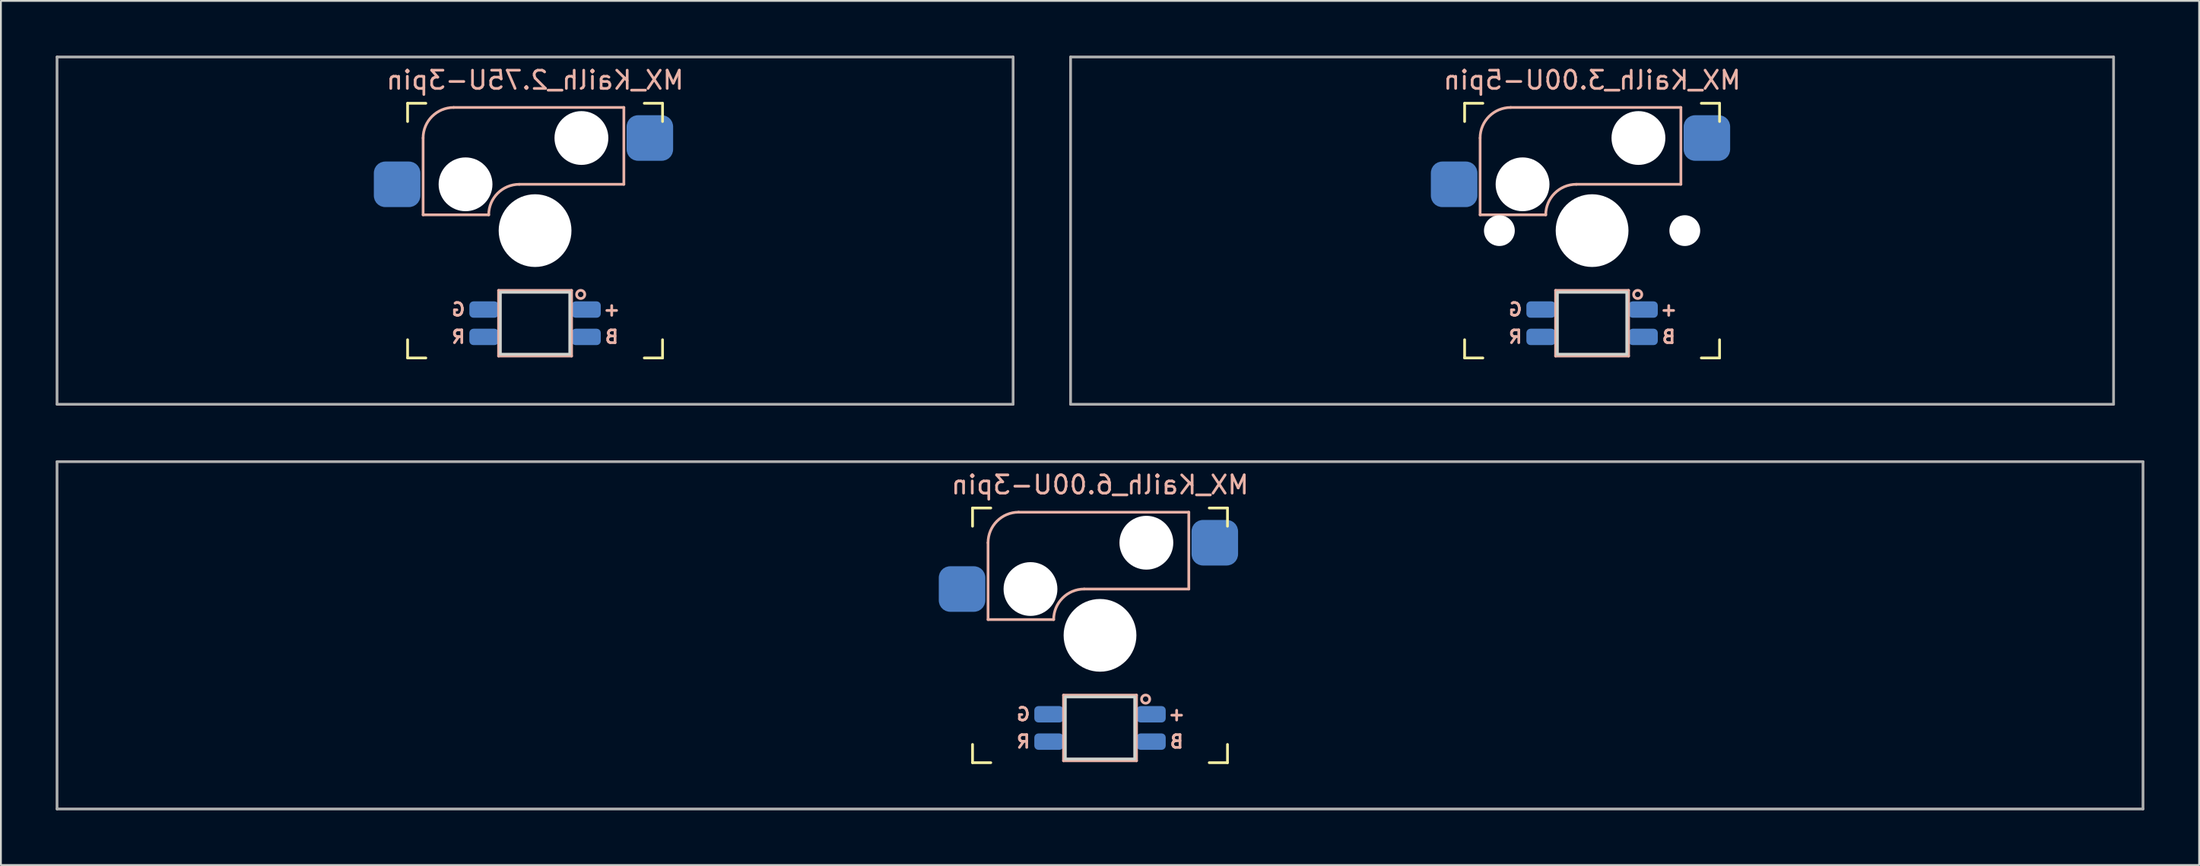
<source format=kicad_pcb>
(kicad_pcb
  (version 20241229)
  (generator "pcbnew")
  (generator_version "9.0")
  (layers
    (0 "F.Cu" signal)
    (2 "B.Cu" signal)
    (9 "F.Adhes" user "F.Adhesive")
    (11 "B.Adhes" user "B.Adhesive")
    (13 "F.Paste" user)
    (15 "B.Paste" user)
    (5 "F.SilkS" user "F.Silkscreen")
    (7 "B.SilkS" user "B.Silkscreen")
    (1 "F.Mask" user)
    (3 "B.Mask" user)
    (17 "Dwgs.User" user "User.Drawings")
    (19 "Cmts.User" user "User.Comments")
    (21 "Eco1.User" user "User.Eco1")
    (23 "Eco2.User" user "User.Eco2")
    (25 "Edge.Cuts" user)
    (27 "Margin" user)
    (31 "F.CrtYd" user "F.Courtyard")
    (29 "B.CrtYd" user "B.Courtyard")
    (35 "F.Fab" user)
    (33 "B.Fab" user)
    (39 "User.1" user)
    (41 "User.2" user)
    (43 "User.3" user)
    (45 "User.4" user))
  (footprint "MX_Kailh_6.00U-3pin"
    (layer "F.Cu")
    (at 57.225 31.8)
    (property "Reference" "MX_Kailh_6.00U-3pin" (at 0 -8.255 0) (layer "B.SilkS") (effects (font (size 1 1) (thickness 0.15)) (justify mirror)))
    (attr smd)
    (fp_line (start -6.985 -5.985) (end -6.985 -6.985) (stroke (width 0.15) (type solid)) (layer "F.SilkS"))
    (fp_line (start -6.985 6.985) (end -6.985 5.985) (stroke (width 0.15) (type solid)) (layer "F.SilkS"))
    (fp_line (start -6.985 6.985) (end -5.985 6.985) (stroke (width 0.15) (type solid)) (layer "F.SilkS"))
    (fp_line (start -5.985 -6.985) (end -6.985 -6.985) (stroke (width 0.15) (type solid)) (layer "F.SilkS"))
    (fp_line (start 5.985 6.985) (end 6.985 6.985) (stroke (width 0.15) (type solid)) (layer "F.SilkS"))
    (fp_line (start 6.985 -6.985) (end 5.985 -6.985) (stroke (width 0.15) (type solid)) (layer "F.SilkS"))
    (fp_line (start 6.985 -6.985) (end 6.985 -5.985) (stroke (width 0.15) (type solid)) (layer "F.SilkS"))
    (fp_line (start 6.985 5.985) (end 6.985 6.985) (stroke (width 0.15) (type solid)) (layer "F.SilkS"))
    (fp_line (start -6.135 -5.08) (end -6.135 -0.865) (stroke (width 0.15) (type solid)) (layer "B.SilkS"))
    (fp_line (start -6.135 -0.865) (end -2.54 -0.865) (stroke (width 0.15) (type solid)) (layer "B.SilkS"))
    (fp_line (start -4.46 -6.755) (end 4.865 -6.755) (stroke (width 0.15) (type solid)) (layer "B.SilkS"))
    (fp_line (start -2 3.28) (end -2 6.88) (stroke (width 0.15) (type solid)) (layer "B.SilkS"))
    (fp_line (start -2 6.88) (end 2 6.88) (stroke (width 0.15) (type solid)) (layer "B.SilkS"))
    (fp_line (start -0.865 -2.54) (end 4.865 -2.54) (stroke (width 0.15) (type solid)) (layer "B.SilkS"))
    (fp_line (start 2 3.28) (end -2 3.28) (stroke (width 0.15) (type solid)) (layer "B.SilkS"))
    (fp_line (start 2 6.88) (end 2 3.28) (stroke (width 0.15) (type solid)) (layer "B.SilkS"))
    (fp_line (start 4.865 -6.755) (end 4.865 -2.54) (stroke (width 0.15) (type solid)) (layer "B.SilkS"))
    (fp_arc (start -6.135 -5.08) (mid -5.644404 -6.264404) (end -4.46 -6.755) (stroke (width 0.15) (type solid)) (layer "B.SilkS"))
    (fp_arc (start -2.54 -0.865) (mid -2.049404 -2.049404) (end -0.865 -2.54) (stroke (width 0.15) (type solid)) (layer "B.SilkS"))
    (fp_circle (center 2.5 3.5) (end 2.724 3.5) (stroke (width 0.15) (type solid)) (fill no) (layer "B.SilkS"))
    (fp_line (start -6.985 6.985) (end -6.985 -6.985) (stroke (width 0.15) (type solid)) (layer "Eco2.User"))
    (fp_line (start -6.985 6.985) (end 6.985 6.985) (stroke (width 0.15) (type solid)) (layer "Eco2.User"))
    (fp_line (start 6.985 -6.985) (end -6.985 -6.985) (stroke (width 0.15) (type solid)) (layer "Eco2.User"))
    (fp_line (start 6.985 -6.985) (end 6.985 6.985) (stroke (width 0.15) (type solid)) (layer "Eco2.User"))
    (fp_line (start -1.9 3.38) (end -1.9 6.78) (stroke (width 0.15) (type solid)) (layer "Edge.Cuts"))
    (fp_line (start -1.9 3.38) (end 1.9 3.38) (stroke (width 0.15) (type solid)) (layer "Edge.Cuts"))
    (fp_line (start -1.9 6.78) (end 1.9 6.78) (stroke (width 0.15) (type solid)) (layer "Edge.Cuts"))
    (fp_line (start 1.9 3.38) (end 1.9 6.78) (stroke (width 0.15) (type solid)) (layer "Edge.Cuts"))
    (fp_line (start -57.15 -9.525) (end 57.15 -9.525) (stroke (width 0.15) (type solid)) (layer "F.Fab"))
    (fp_line (start -57.15 9.525) (end -57.15 -9.525) (stroke (width 0.15) (type solid)) (layer "F.Fab"))
    (fp_line (start 57.15 -9.525) (end 57.15 9.525) (stroke (width 0.15) (type solid)) (layer "F.Fab"))
    (fp_line (start 57.15 9.525) (end -57.15 9.525) (stroke (width 0.15) (type solid)) (layer "F.Fab"))
    (fp_text user "+" (at 4.2 4.33 0) (layer "B.SilkS") (effects (font (size 0.7 0.7) (thickness 0.15)) (justify mirror)))
    (fp_text user "B" (at 4.2 5.83 0) (layer "B.SilkS") (effects (font (size 0.7 0.7) (thickness 0.15)) (justify mirror)))
    (fp_text user "R" (at -4.2 5.83 0) (layer "B.SilkS") (effects (font (size 0.7 0.7) (thickness 0.15)) (justify mirror)))
    (fp_text user "G" (at -4.2 4.33 0) (layer "B.SilkS") (effects (font (size 0.7 0.7) (thickness 0.15)) (justify mirror)))
    (pad "" np_thru_hole circle (at -3.81 -2.54) (size 2.95 2.95) (drill 2.95) (layers "*.Cu" "*.Mask"))
    (pad "" np_thru_hole circle (at 0 0) (size 3.988 3.988) (drill 3.988) (layers "*.Cu" "*.Mask"))
    (pad "" np_thru_hole circle (at 2.54 -5.08) (size 2.95 2.95) (drill 2.95) (layers "*.Cu" "*.Mask"))
    (pad "1" smd roundrect (at 6.29 -5.08) (size 2.55 2.5) (layers "B.Cu" "B.Mask" "B.Paste") (roundrect_rratio 0.25))
    (pad "2" smd roundrect (at -7.56 -2.54) (size 2.55 2.5) (layers "B.Cu" "B.Mask" "B.Paste") (roundrect_rratio 0.25))
    (pad "3" smd roundrect (at 2.8 4.33) (size 1.6 0.9) (layers "B.Cu" "B.Mask" "B.Paste") (roundrect_rratio 0.25))
    (pad "4" smd roundrect (at -2.8 5.83) (size 1.6 0.9) (layers "B.Cu" "B.Mask" "B.Paste") (roundrect_rratio 0.25))
    (pad "5" smd roundrect (at -2.8 4.33) (size 1.6 0.9) (layers "B.Cu" "B.Mask" "B.Paste") (roundrect_rratio 0.25))
    (pad "6" smd roundrect (at 2.8 5.83) (size 1.6 0.9) (layers "B.Cu" "B.Mask" "B.Paste") (roundrect_rratio 0.25)))
  (footprint "MX_Kailh_3.00U-5pin"
    (layer "F.Cu")
    (at 84.188 9.6)
    (property "Reference" "MX_Kailh_3.00U-5pin" (at 0 -8.255 0) (layer "B.SilkS") (effects (font (size 1 1) (thickness 0.15)) (justify mirror)))
    (attr smd)
    (fp_line (start -6.985 -5.985) (end -6.985 -6.985) (stroke (width 0.15) (type solid)) (layer "F.SilkS"))
    (fp_line (start -6.985 6.985) (end -6.985 5.985) (stroke (width 0.15) (type solid)) (layer "F.SilkS"))
    (fp_line (start -6.985 6.985) (end -5.985 6.985) (stroke (width 0.15) (type solid)) (layer "F.SilkS"))
    (fp_line (start -5.985 -6.985) (end -6.985 -6.985) (stroke (width 0.15) (type solid)) (layer "F.SilkS"))
    (fp_line (start 5.985 6.985) (end 6.985 6.985) (stroke (width 0.15) (type solid)) (layer "F.SilkS"))
    (fp_line (start 6.985 -6.985) (end 5.985 -6.985) (stroke (width 0.15) (type solid)) (layer "F.SilkS"))
    (fp_line (start 6.985 -6.985) (end 6.985 -5.985) (stroke (width 0.15) (type solid)) (layer "F.SilkS"))
    (fp_line (start 6.985 5.985) (end 6.985 6.985) (stroke (width 0.15) (type solid)) (layer "F.SilkS"))
    (fp_line (start -6.135 -5.08) (end -6.135 -0.865) (stroke (width 0.15) (type solid)) (layer "B.SilkS"))
    (fp_line (start -6.135 -0.865) (end -2.54 -0.865) (stroke (width 0.15) (type solid)) (layer "B.SilkS"))
    (fp_line (start -4.46 -6.755) (end 4.865 -6.755) (stroke (width 0.15) (type solid)) (layer "B.SilkS"))
    (fp_line (start -2 3.28) (end -2 6.88) (stroke (width 0.15) (type solid)) (layer "B.SilkS"))
    (fp_line (start -2 6.88) (end 2 6.88) (stroke (width 0.15) (type solid)) (layer "B.SilkS"))
    (fp_line (start -0.865 -2.54) (end 4.865 -2.54) (stroke (width 0.15) (type solid)) (layer "B.SilkS"))
    (fp_line (start 2 3.28) (end -2 3.28) (stroke (width 0.15) (type solid)) (layer "B.SilkS"))
    (fp_line (start 2 6.88) (end 2 3.28) (stroke (width 0.15) (type solid)) (layer "B.SilkS"))
    (fp_line (start 4.865 -6.755) (end 4.865 -2.54) (stroke (width 0.15) (type solid)) (layer "B.SilkS"))
    (fp_arc (start -6.135 -5.08) (mid -5.644404 -6.264404) (end -4.46 -6.755) (stroke (width 0.15) (type solid)) (layer "B.SilkS"))
    (fp_arc (start -2.54 -0.865) (mid -2.049404 -2.049404) (end -0.865 -2.54) (stroke (width 0.15) (type solid)) (layer "B.SilkS"))
    (fp_circle (center 2.5 3.5) (end 2.724 3.5) (stroke (width 0.15) (type solid)) (fill no) (layer "B.SilkS"))
    (fp_line (start -6.985 6.985) (end -6.985 -6.985) (stroke (width 0.15) (type solid)) (layer "Eco2.User"))
    (fp_line (start -6.985 6.985) (end 6.985 6.985) (stroke (width 0.15) (type solid)) (layer "Eco2.User"))
    (fp_line (start 6.985 -6.985) (end -6.985 -6.985) (stroke (width 0.15) (type solid)) (layer "Eco2.User"))
    (fp_line (start 6.985 -6.985) (end 6.985 6.985) (stroke (width 0.15) (type solid)) (layer "Eco2.User"))
    (fp_line (start -1.9 3.38) (end -1.9 6.78) (stroke (width 0.15) (type solid)) (layer "Edge.Cuts"))
    (fp_line (start -1.9 3.38) (end 1.9 3.38) (stroke (width 0.15) (type solid)) (layer "Edge.Cuts"))
    (fp_line (start -1.9 6.78) (end 1.9 6.78) (stroke (width 0.15) (type solid)) (layer "Edge.Cuts"))
    (fp_line (start 1.9 3.38) (end 1.9 6.78) (stroke (width 0.15) (type solid)) (layer "Edge.Cuts"))
    (fp_line (start -28.575 -9.525) (end 28.575 -9.525) (stroke (width 0.15) (type solid)) (layer "F.Fab"))
    (fp_line (start -28.575 9.525) (end -28.575 -9.525) (stroke (width 0.15) (type solid)) (layer "F.Fab"))
    (fp_line (start 28.575 -9.525) (end 28.575 9.525) (stroke (width 0.15) (type solid)) (layer "F.Fab"))
    (fp_line (start 28.575 9.525) (end -28.575 9.525) (stroke (width 0.15) (type solid)) (layer "F.Fab"))
    (fp_text user "G" (at -4.2 4.33 0) (layer "B.SilkS") (effects (font (size 0.7 0.7) (thickness 0.15)) (justify mirror)))
    (fp_text user "B" (at 4.2 5.83 0) (layer "B.SilkS") (effects (font (size 0.7 0.7) (thickness 0.15)) (justify mirror)))
    (fp_text user "+" (at 4.2 4.33 0) (layer "B.SilkS") (effects (font (size 0.7 0.7) (thickness 0.15)) (justify mirror)))
    (fp_text user "R" (at -4.2 5.83 0) (layer "B.SilkS") (effects (font (size 0.7 0.7) (thickness 0.15)) (justify mirror)))
    (pad "" np_thru_hole circle (at -5.08 0) (size 1.688 1.688) (drill 1.688) (layers "*.Cu" "*.Mask"))
    (pad "" np_thru_hole circle (at -3.81 -2.54) (size 2.95 2.95) (drill 2.95) (layers "*.Cu" "*.Mask"))
    (pad "" np_thru_hole circle (at 0 0) (size 3.988 3.988) (drill 3.988) (layers "*.Cu" "*.Mask"))
    (pad "" np_thru_hole circle (at 2.54 -5.08) (size 2.95 2.95) (drill 2.95) (layers "*.Cu" "*.Mask"))
    (pad "" np_thru_hole circle (at 5.08 0) (size 1.688 1.688) (drill 1.688) (layers "*.Cu" "*.Mask"))
    (pad "1" smd roundrect (at 6.29 -5.08) (size 2.55 2.5) (layers "B.Cu" "B.Mask" "B.Paste") (roundrect_rratio 0.25))
    (pad "2" smd roundrect (at -7.56 -2.54) (size 2.55 2.5) (layers "B.Cu" "B.Mask" "B.Paste") (roundrect_rratio 0.25))
    (pad "3" smd roundrect (at 2.8 4.33) (size 1.6 0.9) (layers "B.Cu" "B.Mask" "B.Paste") (roundrect_rratio 0.25))
    (pad "4" smd roundrect (at -2.8 5.83) (size 1.6 0.9) (layers "B.Cu" "B.Mask" "B.Paste") (roundrect_rratio 0.25))
    (pad "5" smd roundrect (at -2.8 4.33) (size 1.6 0.9) (layers "B.Cu" "B.Mask" "B.Paste") (roundrect_rratio 0.25))
    (pad "6" smd roundrect (at 2.8 5.83) (size 1.6 0.9) (layers "B.Cu" "B.Mask" "B.Paste") (roundrect_rratio 0.25)))
  (footprint "MX_Kailh_2.75U-3pin"
    (layer "F.Cu")
    (at 26.269 9.6)
    (property "Reference" "MX_Kailh_2.75U-3pin" (at 0 -8.255 0) (layer "B.SilkS") (effects (font (size 1 1) (thickness 0.15)) (justify mirror)))
    (attr smd)
    (fp_line (start -6.985 -5.985) (end -6.985 -6.985) (stroke (width 0.15) (type solid)) (layer "F.SilkS"))
    (fp_line (start -6.985 6.985) (end -6.985 5.985) (stroke (width 0.15) (type solid)) (layer "F.SilkS"))
    (fp_line (start -6.985 6.985) (end -5.985 6.985) (stroke (width 0.15) (type solid)) (layer "F.SilkS"))
    (fp_line (start -5.985 -6.985) (end -6.985 -6.985) (stroke (width 0.15) (type solid)) (layer "F.SilkS"))
    (fp_line (start 5.985 6.985) (end 6.985 6.985) (stroke (width 0.15) (type solid)) (layer "F.SilkS"))
    (fp_line (start 6.985 -6.985) (end 5.985 -6.985) (stroke (width 0.15) (type solid)) (layer "F.SilkS"))
    (fp_line (start 6.985 -6.985) (end 6.985 -5.985) (stroke (width 0.15) (type solid)) (layer "F.SilkS"))
    (fp_line (start 6.985 5.985) (end 6.985 6.985) (stroke (width 0.15) (type solid)) (layer "F.SilkS"))
    (fp_line (start -6.135 -5.08) (end -6.135 -0.865) (stroke (width 0.15) (type solid)) (layer "B.SilkS"))
    (fp_line (start -6.135 -0.865) (end -2.54 -0.865) (stroke (width 0.15) (type solid)) (layer "B.SilkS"))
    (fp_line (start -4.46 -6.755) (end 4.865 -6.755) (stroke (width 0.15) (type solid)) (layer "B.SilkS"))
    (fp_line (start -2 3.28) (end -2 6.88) (stroke (width 0.15) (type solid)) (layer "B.SilkS"))
    (fp_line (start -2 6.88) (end 2 6.88) (stroke (width 0.15) (type solid)) (layer "B.SilkS"))
    (fp_line (start -0.865 -2.54) (end 4.865 -2.54) (stroke (width 0.15) (type solid)) (layer "B.SilkS"))
    (fp_line (start 2 3.28) (end -2 3.28) (stroke (width 0.15) (type solid)) (layer "B.SilkS"))
    (fp_line (start 2 6.88) (end 2 3.28) (stroke (width 0.15) (type solid)) (layer "B.SilkS"))
    (fp_line (start 4.865 -6.755) (end 4.865 -2.54) (stroke (width 0.15) (type solid)) (layer "B.SilkS"))
    (fp_arc (start -6.135 -5.08) (mid -5.644404 -6.264404) (end -4.46 -6.755) (stroke (width 0.15) (type solid)) (layer "B.SilkS"))
    (fp_arc (start -2.54 -0.865) (mid -2.049404 -2.049404) (end -0.865 -2.54) (stroke (width 0.15) (type solid)) (layer "B.SilkS"))
    (fp_circle (center 2.5 3.5) (end 2.724 3.5) (stroke (width 0.15) (type solid)) (fill no) (layer "B.SilkS"))
    (fp_line (start -6.985 6.985) (end -6.985 -6.985) (stroke (width 0.15) (type solid)) (layer "Eco2.User"))
    (fp_line (start -6.985 6.985) (end 6.985 6.985) (stroke (width 0.15) (type solid)) (layer "Eco2.User"))
    (fp_line (start 6.985 -6.985) (end -6.985 -6.985) (stroke (width 0.15) (type solid)) (layer "Eco2.User"))
    (fp_line (start 6.985 -6.985) (end 6.985 6.985) (stroke (width 0.15) (type solid)) (layer "Eco2.User"))
    (fp_line (start -1.9 3.38) (end -1.9 6.78) (stroke (width 0.15) (type solid)) (layer "Edge.Cuts"))
    (fp_line (start -1.9 3.38) (end 1.9 3.38) (stroke (width 0.15) (type solid)) (layer "Edge.Cuts"))
    (fp_line (start -1.9 6.78) (end 1.9 6.78) (stroke (width 0.15) (type solid)) (layer "Edge.Cuts"))
    (fp_line (start 1.9 3.38) (end 1.9 6.78) (stroke (width 0.15) (type solid)) (layer "Edge.Cuts"))
    (fp_line (start -26.194 -9.525) (end 26.194 -9.525) (stroke (width 0.15) (type solid)) (layer "F.Fab"))
    (fp_line (start -26.194 9.525) (end -26.194 -9.525) (stroke (width 0.15) (type solid)) (layer "F.Fab"))
    (fp_line (start 26.194 -9.525) (end 26.194 9.525) (stroke (width 0.15) (type solid)) (layer "F.Fab"))
    (fp_line (start 26.194 9.525) (end -26.194 9.525) (stroke (width 0.15) (type solid)) (layer "F.Fab"))
    (fp_text user "B" (at 4.2 5.83 0) (layer "B.SilkS") (effects (font (size 0.7 0.7) (thickness 0.15)) (justify mirror)))
    (fp_text user "G" (at -4.2 4.33 0) (layer "B.SilkS") (effects (font (size 0.7 0.7) (thickness 0.15)) (justify mirror)))
    (fp_text user "R" (at -4.2 5.83 0) (layer "B.SilkS") (effects (font (size 0.7 0.7) (thickness 0.15)) (justify mirror)))
    (fp_text user "+" (at 4.2 4.33 0) (layer "B.SilkS") (effects (font (size 0.7 0.7) (thickness 0.15)) (justify mirror)))
    (pad "" np_thru_hole circle (at -3.81 -2.54) (size 2.95 2.95) (drill 2.95) (layers "*.Cu" "*.Mask"))
    (pad "" np_thru_hole circle (at 0 0) (size 3.988 3.988) (drill 3.988) (layers "*.Cu" "*.Mask"))
    (pad "" np_thru_hole circle (at 2.54 -5.08) (size 2.95 2.95) (drill 2.95) (layers "*.Cu" "*.Mask"))
    (pad "1" smd roundrect (at 6.29 -5.08) (size 2.55 2.5) (layers "B.Cu" "B.Mask" "B.Paste") (roundrect_rratio 0.25))
    (pad "2" smd roundrect (at -7.56 -2.54) (size 2.55 2.5) (layers "B.Cu" "B.Mask" "B.Paste") (roundrect_rratio 0.25))
    (pad "3" smd roundrect (at 2.8 4.33) (size 1.6 0.9) (layers "B.Cu" "B.Mask" "B.Paste") (roundrect_rratio 0.25))
    (pad "4" smd roundrect (at -2.8 5.83) (size 1.6 0.9) (layers "B.Cu" "B.Mask" "B.Paste") (roundrect_rratio 0.25))
    (pad "5" smd roundrect (at -2.8 4.33) (size 1.6 0.9) (layers "B.Cu" "B.Mask" "B.Paste") (roundrect_rratio 0.25))
    (pad "6" smd roundrect (at 2.8 5.83) (size 1.6 0.9) (layers "B.Cu" "B.Mask" "B.Paste") (roundrect_rratio 0.25)))
  (gr_rect
    (start -3 -3)
    (end 117.45 44.4)
    (stroke (width 0.1) (type default))
    (fill no)
    (layer "Edge.Cuts")))
</source>
